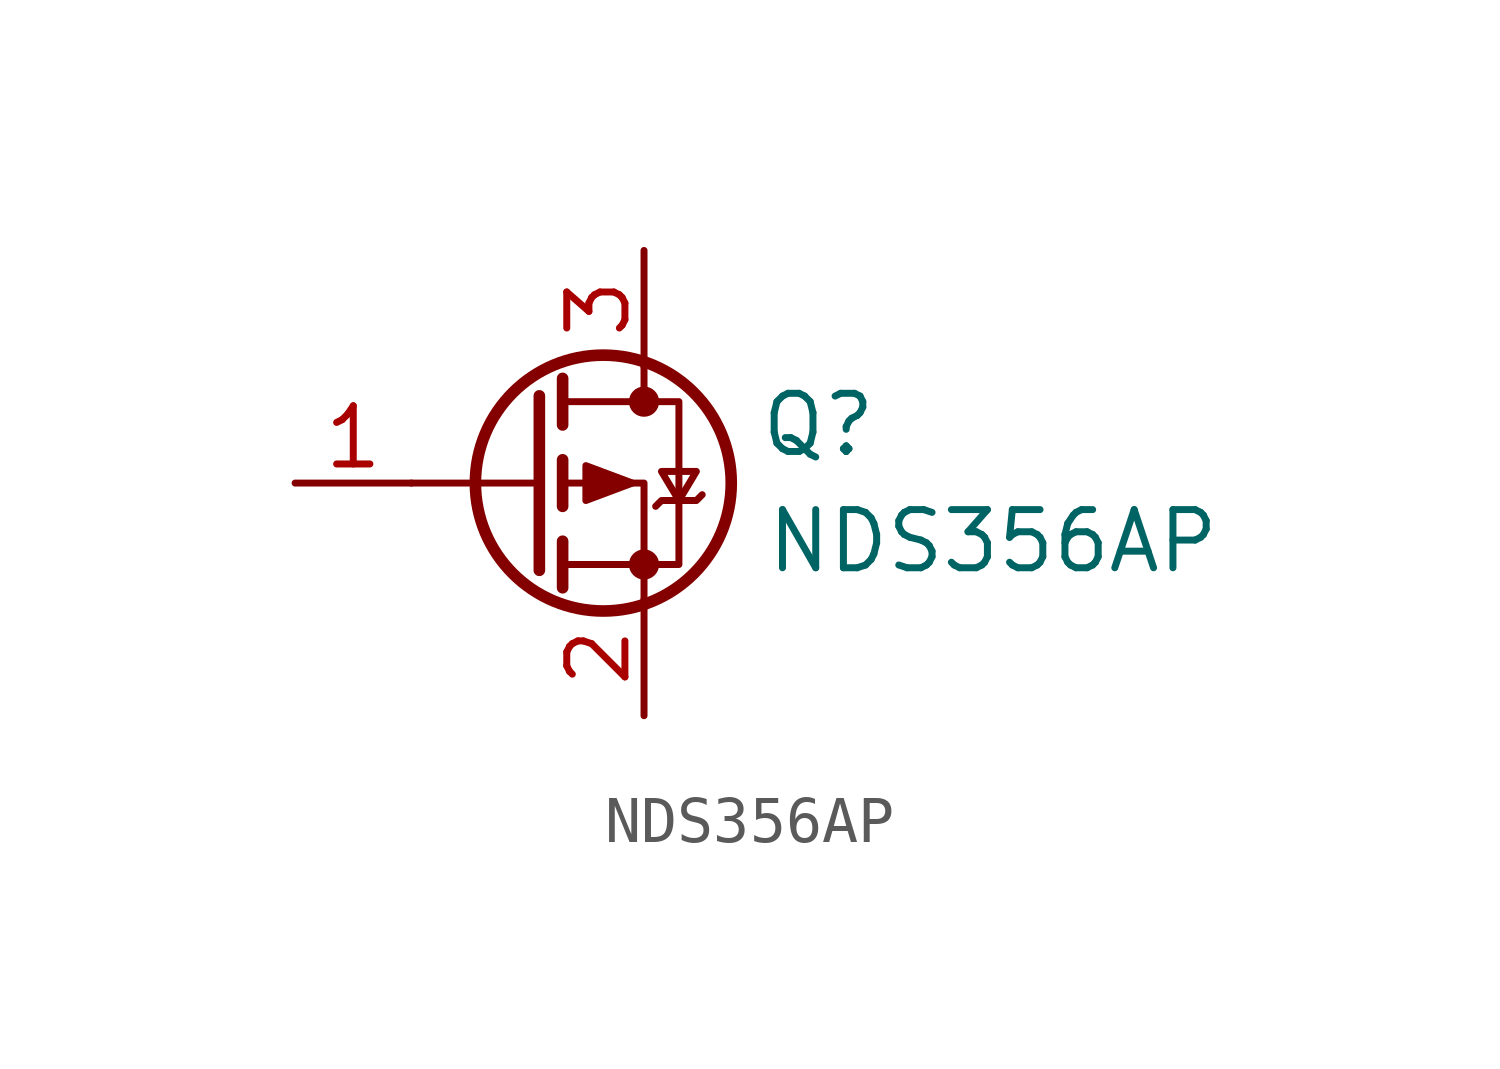
<source format=kicad_sym>
(kicad_symbol_lib
  (version 20211014)
  (generator kicad_symbol_editor)
  (symbol "NDS356AP"
    (pin_names hide)
    (property "Reference" "Q"
      (at 3.81 1.27 0)
      (effects (font (size 1.27 1.27))))
    (property "Value" "NDS356AP"
      (at 7.62 -1.27 0)
      (effects (font (size 1.27 1.27))))
    (symbol "NDS356AP_0_1"
      (circle (center -0.889 0) (radius 2.794) (stroke (width 0.254) (type default) (color 0 0 0 0)) (fill (type none)))
      (circle (center 0 -1.778) (radius 0.254) (stroke (width 0) (type default) (color 0 0 0 0)) (fill (type outline)))
      (polyline (pts (xy -2.286 0) (xy -5.08 0)) (stroke (width 0) (type default) (color 0 0 0 0)) (fill (type none)))
      (polyline (pts (xy -2.286 1.905) (xy -2.286 -1.905)) (stroke (width 0.254) (type default) (color 0 0 0 0)) (fill (type none)))
      (polyline (pts (xy -1.778 -1.27) (xy -1.778 -2.286)) (stroke (width 0.254) (type default) (color 0 0 0 0)) (fill (type none)))
      (polyline (pts (xy -1.778 0.508) (xy -1.778 -0.508)) (stroke (width 0.254) (type default) (color 0 0 0 0)) (fill (type none)))
      (polyline (pts (xy -1.778 2.286) (xy -1.778 1.27)) (stroke (width 0.254) (type default) (color 0 0 0 0)) (fill (type none)))
      (polyline (pts (xy 0 2.54) (xy 0 1.778)) (stroke (width 0) (type default) (color 0 0 0 0)) (fill (type none)))
      (polyline (pts (xy 0 -2.54) (xy 0 0) (xy -1.778 0)) (stroke (width 0) (type default) (color 0 0 0 0)) (fill (type none)))
      (polyline (pts (xy -1.778 1.778) (xy 0.762 1.778) (xy 0.762 -1.778) (xy -1.778 -1.778)) (stroke (width 0) (type default) (color 0 0 0 0)) (fill (type none)))
      (polyline (pts (xy -0.254 0) (xy -1.27 0.381) (xy -1.27 -0.381) (xy -0.254 0)) (stroke (width 0) (type default) (color 0 0 0 0)) (fill (type outline)))
      (polyline (pts (xy 0.254 -0.508) (xy 0.381 -0.381) (xy 1.143 -0.381) (xy 1.27 -0.254)) (stroke (width 0) (type default) (color 0 0 0 0)) (fill (type none)))
      (polyline (pts (xy 0.762 -0.381) (xy 0.381 0.254) (xy 1.143 0.254) (xy 0.762 -0.381)) (stroke (width 0) (type default) (color 0 0 0 0)) (fill (type none)))
      (circle (center 0 1.778) (radius 0.254) (stroke (width 0) (type default) (color 0 0 0 0)) (fill (type outline))))
    (symbol "NDS356AP_1_1"
      (pin input line (at -7.62 0 0) (length 2.54) (name "G" (effects (font (size 1.27 1.27)))) (number "1" (effects (font (size 1.27 1.27)))))
      (pin passive line (at 0 -5.08 90) (length 2.54) (name "S" (effects (font (size 1.27 1.27)))) (number "2" (effects (font (size 1.27 1.27)))))
      (pin passive line (at 0 5.08 270) (length 2.54) (name "D" (effects (font (size 1.27 1.27)))) (number "3" (effects (font (size 1.27 1.27))))))))
</source>
